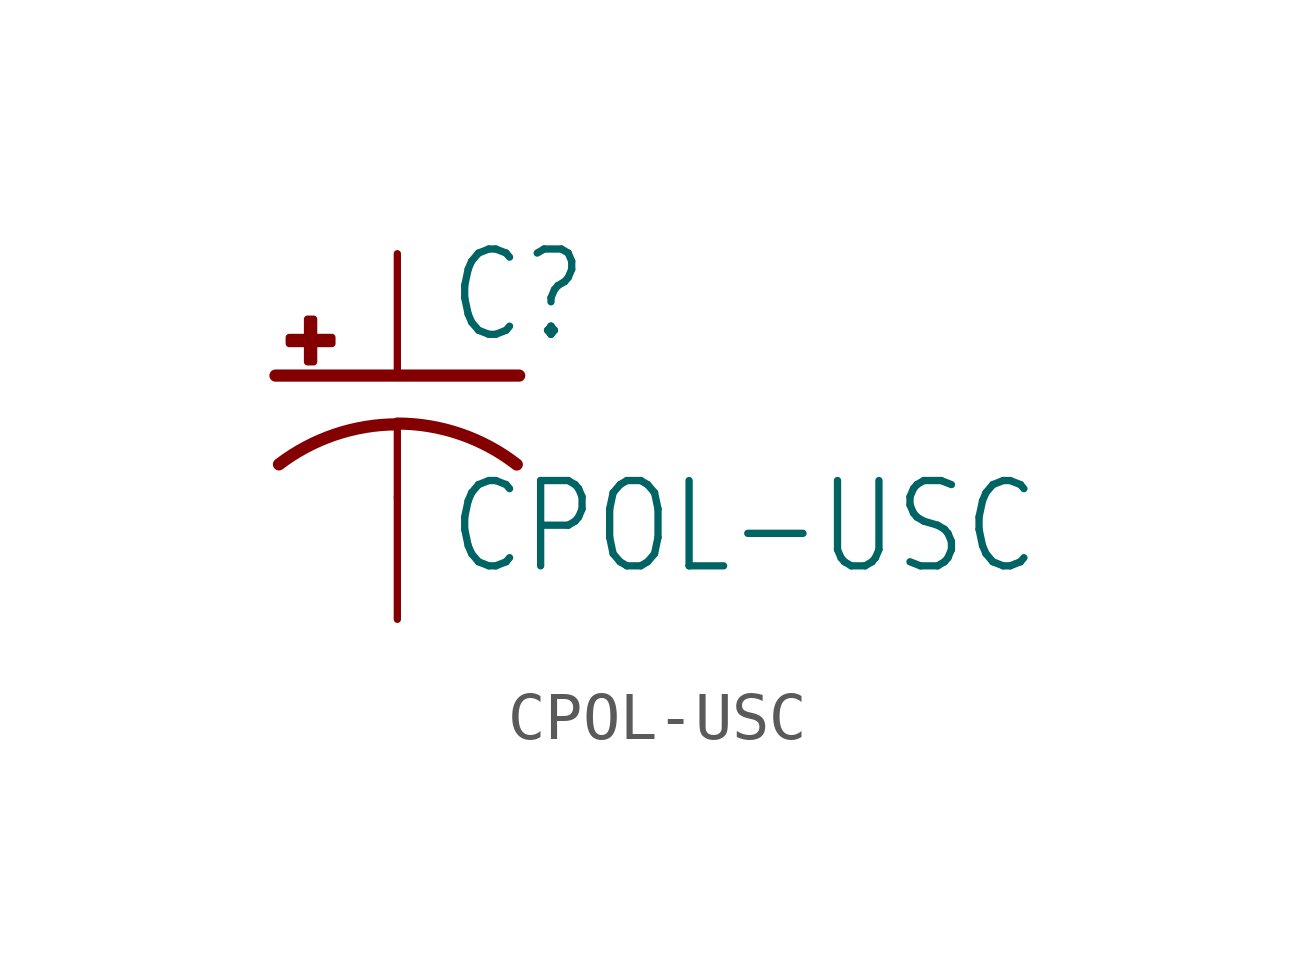
<source format=kicad_sym>
(kicad_symbol_lib
  (version 20220331)
  (generator kicad_symbol_editor)
  (symbol "CPOL-USC"
    (property "Reference" "C"
      (at 1.016 0.635 0)
      (effects (font (size 1.778 1.511)) (justify left bottom)))
    (property "Value" "CPOL-USC"
      (at 1.016 -4.191 0)
      (effects (font (size 1.778 1.511)) (justify left bottom)))
    (property "ki_locked" ""
      (at 0 0 0)
      (effects (font (size 1.27 1.27))))
    (symbol "CPOL-USC_1_0"
      (rectangle (start -2.253 0.668) (end -1.364 0.795) (stroke (width 0) (type default)) (fill (type outline)))
      (rectangle (start -1.872 0.287) (end -1.745 1.176) (stroke (width 0) (type default)) (fill (type outline)))
      (arc (start 0 -1.0161) (mid -1.3021 -1.2302) (end -2.4669 -1.8504) (stroke (width 0.254) (type solid)) (fill (type none)))
      (polyline (pts (xy -2.54 0) (xy 2.54 0)) (stroke (width 0.254) (type solid)) (fill (type none)))
      (polyline (pts (xy 0 -1.016) (xy 0 -2.54)) (stroke (width 0.152) (type solid)) (fill (type none)))
      (arc (start 2.4892 -1.8542) (mid 1.3158 -1.2195) (end 0 -1) (stroke (width 0.254) (type solid)) (fill (type none)))
      (pin passive line (at 0 2.54 270) (length 2.54) (name "+" (effects (font (size 0 0)))) (number "+" (effects (font (size 0 0)))))
      (pin passive line (at 0 -5.08 90) (length 2.54) (name "-" (effects (font (size 0 0)))) (number "-" (effects (font (size 0 0))))))))
</source>
